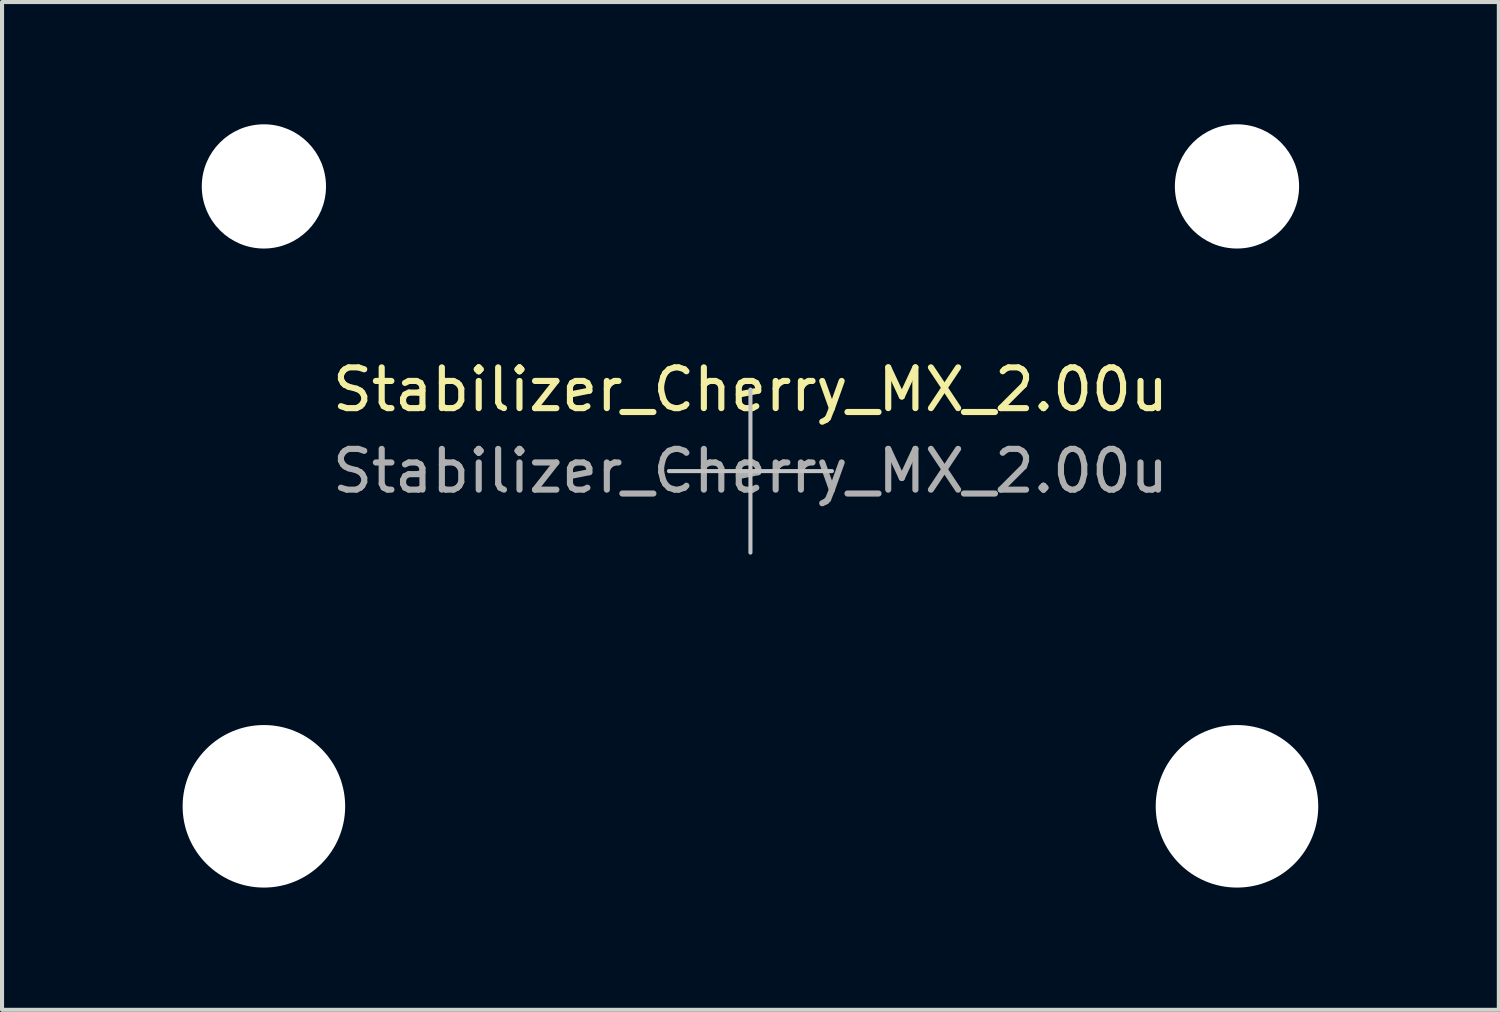
<source format=kicad_pcb>
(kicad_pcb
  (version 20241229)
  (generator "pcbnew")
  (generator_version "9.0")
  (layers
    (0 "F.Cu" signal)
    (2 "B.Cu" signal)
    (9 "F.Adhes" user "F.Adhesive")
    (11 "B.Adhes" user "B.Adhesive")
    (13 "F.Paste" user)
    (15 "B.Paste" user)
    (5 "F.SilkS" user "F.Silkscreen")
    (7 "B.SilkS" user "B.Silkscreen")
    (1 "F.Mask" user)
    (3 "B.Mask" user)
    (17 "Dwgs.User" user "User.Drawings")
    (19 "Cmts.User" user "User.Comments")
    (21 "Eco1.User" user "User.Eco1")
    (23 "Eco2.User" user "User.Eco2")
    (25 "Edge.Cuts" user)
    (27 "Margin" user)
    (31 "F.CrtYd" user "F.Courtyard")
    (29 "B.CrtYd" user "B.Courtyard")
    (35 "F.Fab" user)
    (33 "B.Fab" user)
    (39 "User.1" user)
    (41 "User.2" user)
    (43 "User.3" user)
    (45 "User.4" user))
  (footprint "Stabilizer_Cherry_MX_2.00u"
    (layer "F.Cu")
    (at 15.363 8.509)
    (property "Reference" "Stabilizer_Cherry_MX_2.00u" (at 0 -2 0) (layer "F.SilkS") (effects (font (size 1 1) (thickness 0.15))))
    (attr exclude_from_pos_files exclude_from_bom)
    (fp_line (start -2 0) (end 2 0) (stroke (width 0.1) (type solid)) (layer "Dwgs.User"))
    (fp_line (start 0 2) (end 0 -2) (stroke (width 0.1) (type solid)) (layer "Dwgs.User"))
    (fp_line (start -15.313 -5.53) (end -15.313 6.77) (stroke (width 0.1) (type solid)) (layer "Eco1.User"))
    (fp_line (start -15.313 6.77) (end -8.563 6.77) (stroke (width 0.1) (type solid)) (layer "Eco1.User"))
    (fp_line (start -8.563 -5.53) (end -15.313 -5.53) (stroke (width 0.1) (type solid)) (layer "Eco1.User"))
    (fp_line (start -8.563 6.77) (end -8.563 -5.53) (stroke (width 0.1) (type solid)) (layer "Eco1.User"))
    (fp_line (start 8.563 -5.53) (end 8.563 6.77) (stroke (width 0.1) (type solid)) (layer "Eco1.User"))
    (fp_line (start 8.563 6.77) (end 15.313 6.77) (stroke (width 0.1) (type solid)) (layer "Eco1.User"))
    (fp_line (start 15.313 -5.53) (end 8.563 -5.53) (stroke (width 0.1) (type solid)) (layer "Eco1.User"))
    (fp_line (start 15.313 6.77) (end 15.313 -5.53) (stroke (width 0.1) (type solid)) (layer "Eco1.User"))
    (fp_text user "${REFERENCE}" (at 0 0 0) (layer "F.Fab") (effects (font (size 1 1) (thickness 0.15))))
    (pad "" np_thru_hole circle (at -11.938 -6.985) (size 3.048 3.048) (drill 3.048) (layers "*.Cu" "*.Mask"))
    (pad "" np_thru_hole circle (at -11.938 8.225) (size 3.988 3.988) (drill 3.988) (layers "*.Cu" "*.Mask"))
    (pad "" np_thru_hole circle (at 11.938 -6.985) (size 3.048 3.048) (drill 3.048) (layers "*.Cu" "*.Mask"))
    (pad "" np_thru_hole circle (at 11.938 8.225) (size 3.988 3.988) (drill 3.988) (layers "*.Cu" "*.Mask")))
  (gr_rect
    (start -3 -3)
    (end 33.726 21.728)
    (stroke (width 0.1) (type default))
    (fill no)
    (layer "Edge.Cuts")))
</source>
